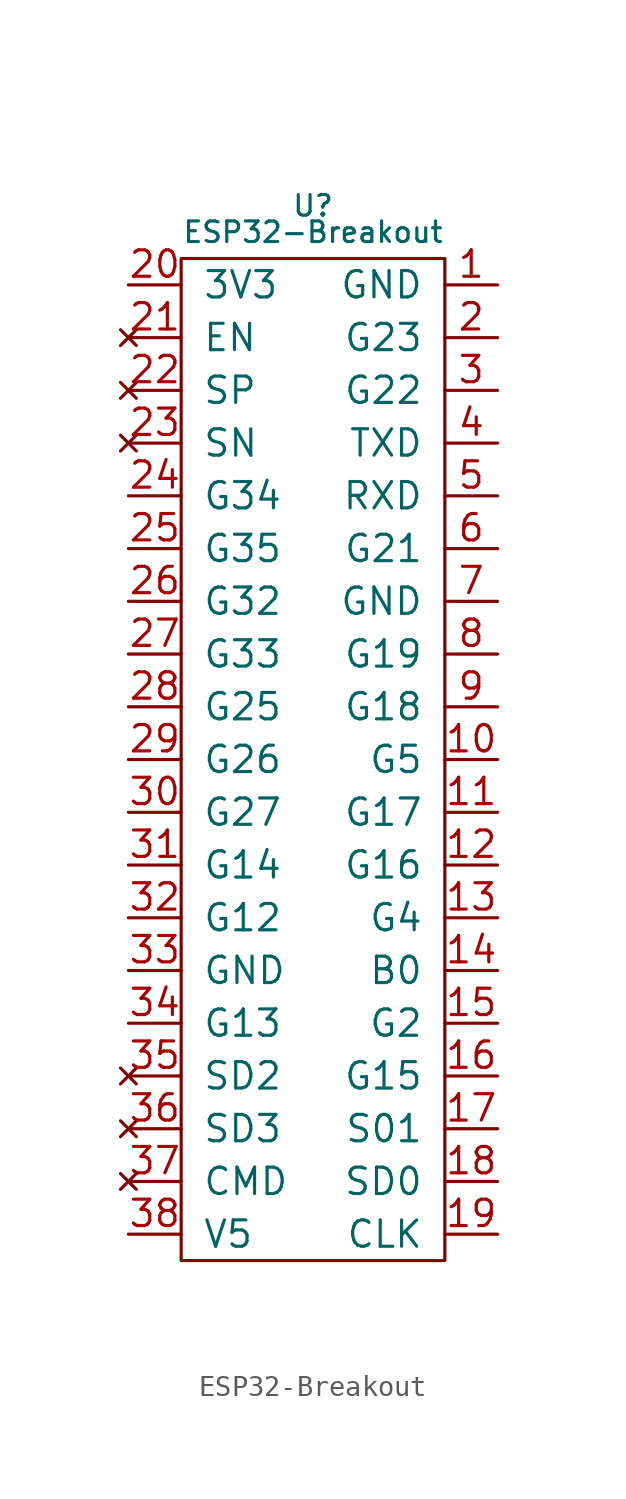
<source format=kicad_sym>
(kicad_symbol_lib
  (version 20211014)
  (generator kicad_symbol_editor)
  (symbol "ESP32-Breakout"
    (pin_names
      (offset 1.016))
    (property "Reference" "U"
      (at 0 29.21 0)
      (effects (font (size 0.991 0.991))))
    (property "Value" "ESP32-Breakout"
      (at 0 27.94 0)
      (effects (font (size 0.991 0.991))))
    (symbol "ESP32-Breakout_0_1"
      (rectangle (start -6.35 26.67) (end 6.35 -21.59) (stroke (width 0) (type default) (color 0 0 0 0)) (fill (type none))))
    (symbol "ESP32-Breakout_1_1"
      (pin power_in line (at 8.89 25.4 180) (length 2.54) (name "GND" (effects (font (size 1.27 1.27)))) (number "1" (effects (font (size 1.27 1.27)))))
      (pin bidirectional line (at 8.89 2.54 180) (length 2.54) (name "G5" (effects (font (size 1.27 1.27)))) (number "10" (effects (font (size 1.27 1.27)))))
      (pin bidirectional line (at 8.89 0 180) (length 2.54) (name "G17" (effects (font (size 1.27 1.27)))) (number "11" (effects (font (size 1.27 1.27)))))
      (pin bidirectional line (at 8.89 -2.54 180) (length 2.54) (name "G16" (effects (font (size 1.27 1.27)))) (number "12" (effects (font (size 1.27 1.27)))))
      (pin bidirectional line (at 8.89 -5.08 180) (length 2.54) (name "G4" (effects (font (size 1.27 1.27)))) (number "13" (effects (font (size 1.27 1.27)))))
      (pin passive line (at 8.89 -7.62 180) (length 2.54) (name "B0" (effects (font (size 1.27 1.27)))) (number "14" (effects (font (size 1.27 1.27)))))
      (pin bidirectional line (at 8.89 -10.16 180) (length 2.54) (name "G2" (effects (font (size 1.27 1.27)))) (number "15" (effects (font (size 1.27 1.27)))))
      (pin bidirectional line (at 8.89 -12.7 180) (length 2.54) (name "G15" (effects (font (size 1.27 1.27)))) (number "16" (effects (font (size 1.27 1.27)))))
      (pin passive line (at 8.89 -15.24 180) (length 2.54) (name "S01" (effects (font (size 1.27 1.27)))) (number "17" (effects (font (size 1.27 1.27)))))
      (pin passive line (at 8.89 -17.78 180) (length 2.54) (name "SD0" (effects (font (size 1.27 1.27)))) (number "18" (effects (font (size 1.27 1.27)))))
      (pin output line (at 8.89 -20.32 180) (length 2.54) (name "CLK" (effects (font (size 1.27 1.27)))) (number "19" (effects (font (size 1.27 1.27)))))
      (pin bidirectional line (at 8.89 22.86 180) (length 2.54) (name "G23" (effects (font (size 1.27 1.27)))) (number "2" (effects (font (size 1.27 1.27)))))
      (pin power_out line (at -8.89 25.4 0) (length 2.54) (name "3V3" (effects (font (size 1.27 1.27)))) (number "20" (effects (font (size 1.27 1.27)))))
      (pin no_connect line (at -8.89 22.86 0) (length 2.54) (name "EN" (effects (font (size 1.27 1.27)))) (number "21" (effects (font (size 1.27 1.27)))))
      (pin no_connect line (at -8.89 20.32 0) (length 2.54) (name "SP" (effects (font (size 1.27 1.27)))) (number "22" (effects (font (size 1.27 1.27)))))
      (pin no_connect line (at -8.89 17.78 0) (length 2.54) (name "SN" (effects (font (size 1.27 1.27)))) (number "23" (effects (font (size 1.27 1.27)))))
      (pin input line (at -8.89 15.24 0) (length 2.54) (name "G34" (effects (font (size 1.27 1.27)))) (number "24" (effects (font (size 1.27 1.27)))))
      (pin input line (at -8.89 12.7 0) (length 2.54) (name "G35" (effects (font (size 1.27 1.27)))) (number "25" (effects (font (size 1.27 1.27)))))
      (pin bidirectional line (at -8.89 10.16 0) (length 2.54) (name "G32" (effects (font (size 1.27 1.27)))) (number "26" (effects (font (size 1.27 1.27)))))
      (pin bidirectional line (at -8.89 7.62 0) (length 2.54) (name "G33" (effects (font (size 1.27 1.27)))) (number "27" (effects (font (size 1.27 1.27)))))
      (pin bidirectional line (at -8.89 5.08 0) (length 2.54) (name "G25" (effects (font (size 1.27 1.27)))) (number "28" (effects (font (size 1.27 1.27)))))
      (pin bidirectional line (at -8.89 2.54 0) (length 2.54) (name "G26" (effects (font (size 1.27 1.27)))) (number "29" (effects (font (size 1.27 1.27)))))
      (pin bidirectional line (at 8.89 20.32 180) (length 2.54) (name "G22" (effects (font (size 1.27 1.27)))) (number "3" (effects (font (size 1.27 1.27)))))
      (pin bidirectional line (at -8.89 0 0) (length 2.54) (name "G27" (effects (font (size 1.27 1.27)))) (number "30" (effects (font (size 1.27 1.27)))))
      (pin bidirectional line (at -8.89 -2.54 0) (length 2.54) (name "G14" (effects (font (size 1.27 1.27)))) (number "31" (effects (font (size 1.27 1.27)))))
      (pin bidirectional line (at -8.89 -5.08 0) (length 2.54) (name "G12" (effects (font (size 1.27 1.27)))) (number "32" (effects (font (size 1.27 1.27)))))
      (pin power_in line (at -8.89 -7.62 0) (length 2.54) (name "GND" (effects (font (size 1.27 1.27)))) (number "33" (effects (font (size 1.27 1.27)))))
      (pin bidirectional line (at -8.89 -10.16 0) (length 2.54) (name "G13" (effects (font (size 1.27 1.27)))) (number "34" (effects (font (size 1.27 1.27)))))
      (pin no_connect line (at -8.89 -12.7 0) (length 2.54) (name "SD2" (effects (font (size 1.27 1.27)))) (number "35" (effects (font (size 1.27 1.27)))))
      (pin no_connect line (at -8.89 -15.24 0) (length 2.54) (name "SD3" (effects (font (size 1.27 1.27)))) (number "36" (effects (font (size 1.27 1.27)))))
      (pin no_connect line (at -8.89 -17.78 0) (length 2.54) (name "CMD" (effects (font (size 1.27 1.27)))) (number "37" (effects (font (size 1.27 1.27)))))
      (pin power_in line (at -8.89 -20.32 0) (length 2.54) (name "V5" (effects (font (size 1.27 1.27)))) (number "38" (effects (font (size 1.27 1.27)))))
      (pin output line (at 8.89 17.78 180) (length 2.54) (name "TXD" (effects (font (size 1.27 1.27)))) (number "4" (effects (font (size 1.27 1.27)))))
      (pin input line (at 8.89 15.24 180) (length 2.54) (name "RXD" (effects (font (size 1.27 1.27)))) (number "5" (effects (font (size 1.27 1.27)))))
      (pin bidirectional line (at 8.89 12.7 180) (length 2.54) (name "G21" (effects (font (size 1.27 1.27)))) (number "6" (effects (font (size 1.27 1.27)))))
      (pin power_in line (at 8.89 10.16 180) (length 2.54) (name "GND" (effects (font (size 1.27 1.27)))) (number "7" (effects (font (size 1.27 1.27)))))
      (pin bidirectional line (at 8.89 7.62 180) (length 2.54) (name "G19" (effects (font (size 1.27 1.27)))) (number "8" (effects (font (size 1.27 1.27)))))
      (pin bidirectional line (at 8.89 5.08 180) (length 2.54) (name "G18" (effects (font (size 1.27 1.27)))) (number "9" (effects (font (size 1.27 1.27))))))))
</source>
